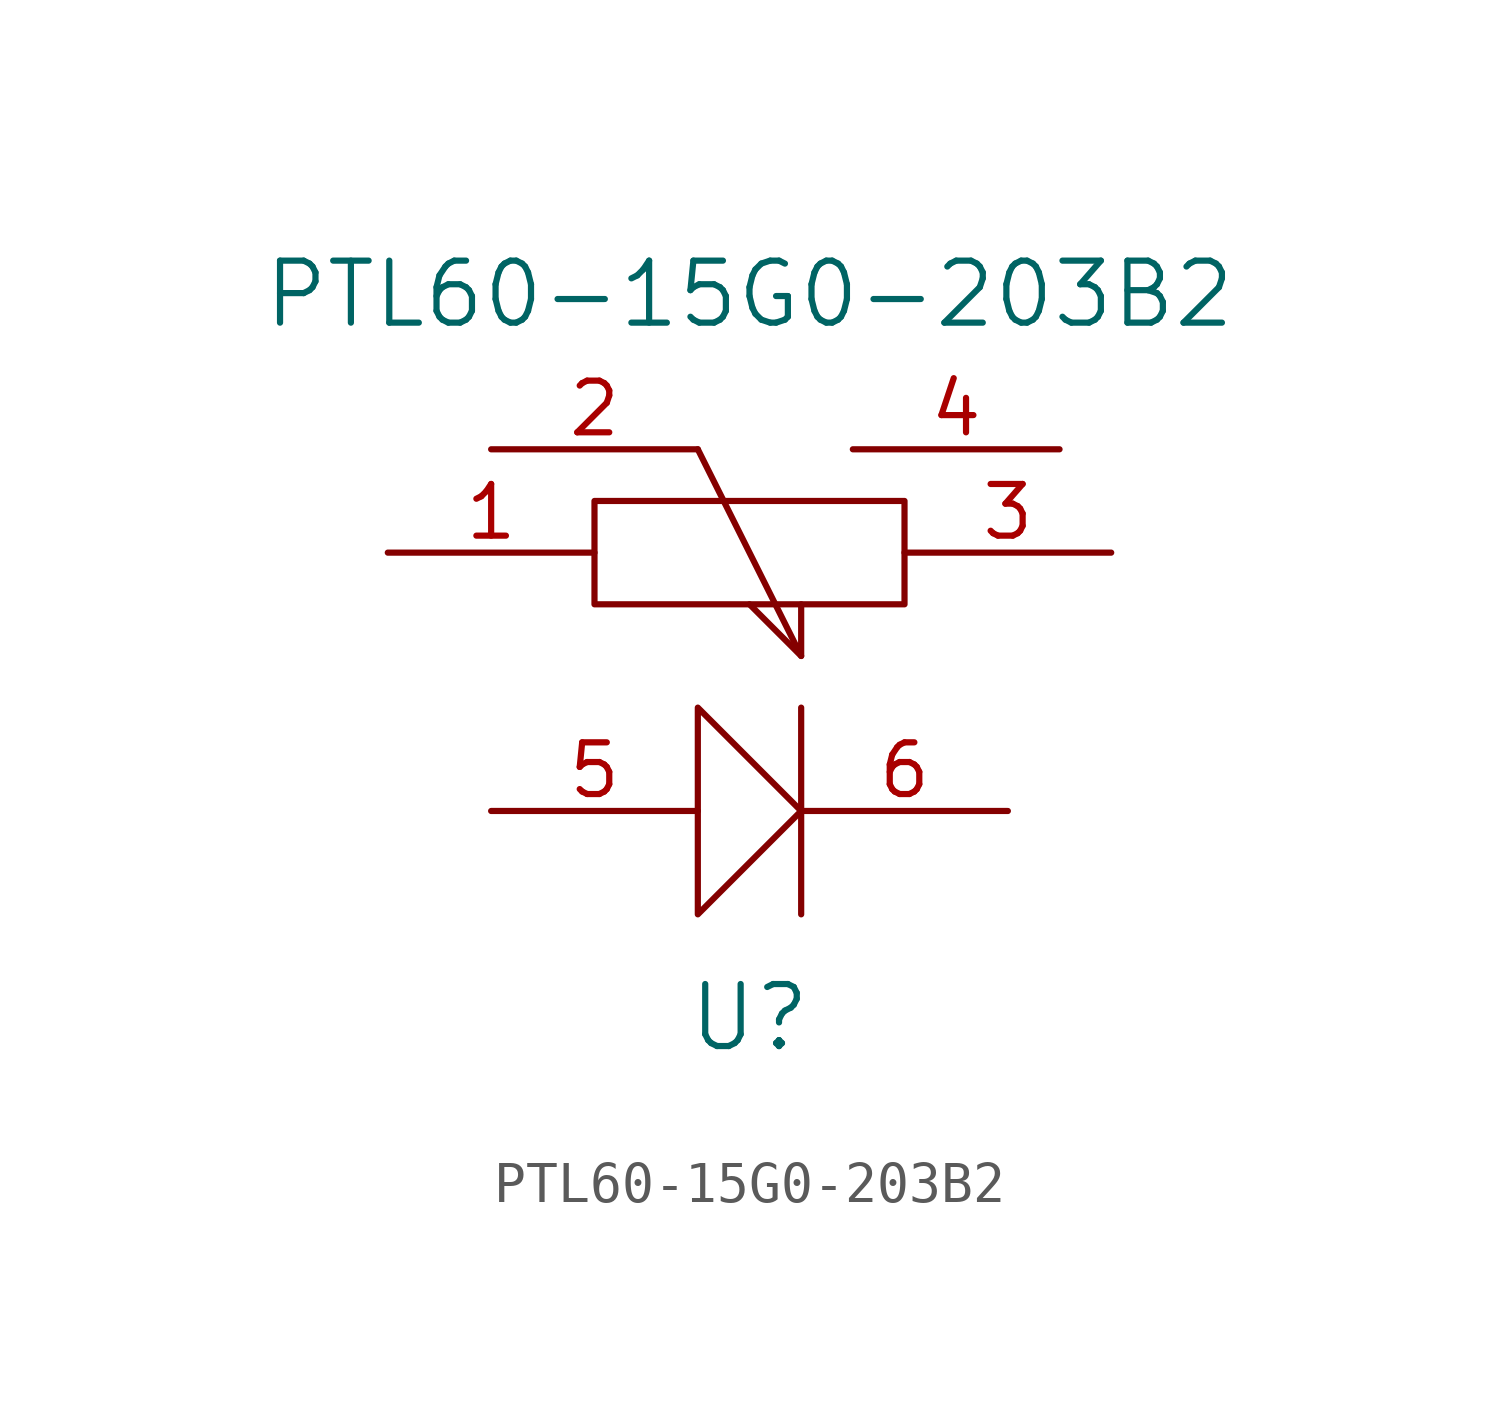
<source format=kicad_sym>
(kicad_symbol_lib
  (version 20211014)
  (generator kicad_symbol_editor)
  (symbol "PTL60-15G0-203B2"
    (pin_names
      (offset 1.016))
    (property "Reference" "U"
      (at 0 -8.89 0)
      (effects (font (size 1.524 1.524))))
    (property "Value" "PTL60-15G0-203B2"
      (at 0 8.89 0)
      (effects (font (size 1.524 1.524))))
    (symbol "PTL60-15G0-203B2_0_1"
      (rectangle (start -3.81 1.27) (end 3.81 3.81) (stroke (width 0) (type default) (color 0 0 0 0)) (fill (type none)))
      (polyline (pts (xy 1.27 -6.35) (xy 1.27 -1.27)) (stroke (width 0) (type default) (color 0 0 0 0)) (fill (type none)))
      (polyline (pts (xy 1.27 0) (xy 0 1.27)) (stroke (width 0) (type default) (color 0 0 0 0)) (fill (type none)))
      (polyline (pts (xy -1.27 5.08) (xy 1.27 0) (xy 1.27 1.27)) (stroke (width 0) (type default) (color 0 0 0 0)) (fill (type none)))
      (polyline (pts (xy 1.27 -3.81) (xy -1.27 -6.35) (xy -1.27 -2.54) (xy -1.27 -1.27) (xy 1.27 -3.81)) (stroke (width 0) (type default) (color 0 0 0 0)) (fill (type none))))
    (symbol "PTL60-15G0-203B2_1_1"
      (pin input line (at -8.89 2.54 0) (length 5.08) (name "~" (effects (font (size 1.27 1.27)))) (number "1" (effects (font (size 1.27 1.27)))))
      (pin input line (at -6.35 5.08 0) (length 5.08) (name "~" (effects (font (size 1.27 1.27)))) (number "2" (effects (font (size 1.27 1.27)))))
      (pin input line (at 8.89 2.54 180) (length 5.08) (name "~" (effects (font (size 1.27 1.27)))) (number "3" (effects (font (size 1.27 1.27)))))
      (pin input line (at 7.62 5.08 180) (length 5.08) (name "~" (effects (font (size 1.27 1.27)))) (number "4" (effects (font (size 1.27 1.27)))))
      (pin input line (at -6.35 -3.81 0) (length 5.08) (name "~" (effects (font (size 1.27 1.27)))) (number "5" (effects (font (size 1.27 1.27)))))
      (pin input line (at 6.35 -3.81 180) (length 5.08) (name "~" (effects (font (size 1.27 1.27)))) (number "6" (effects (font (size 1.27 1.27))))))))
</source>
